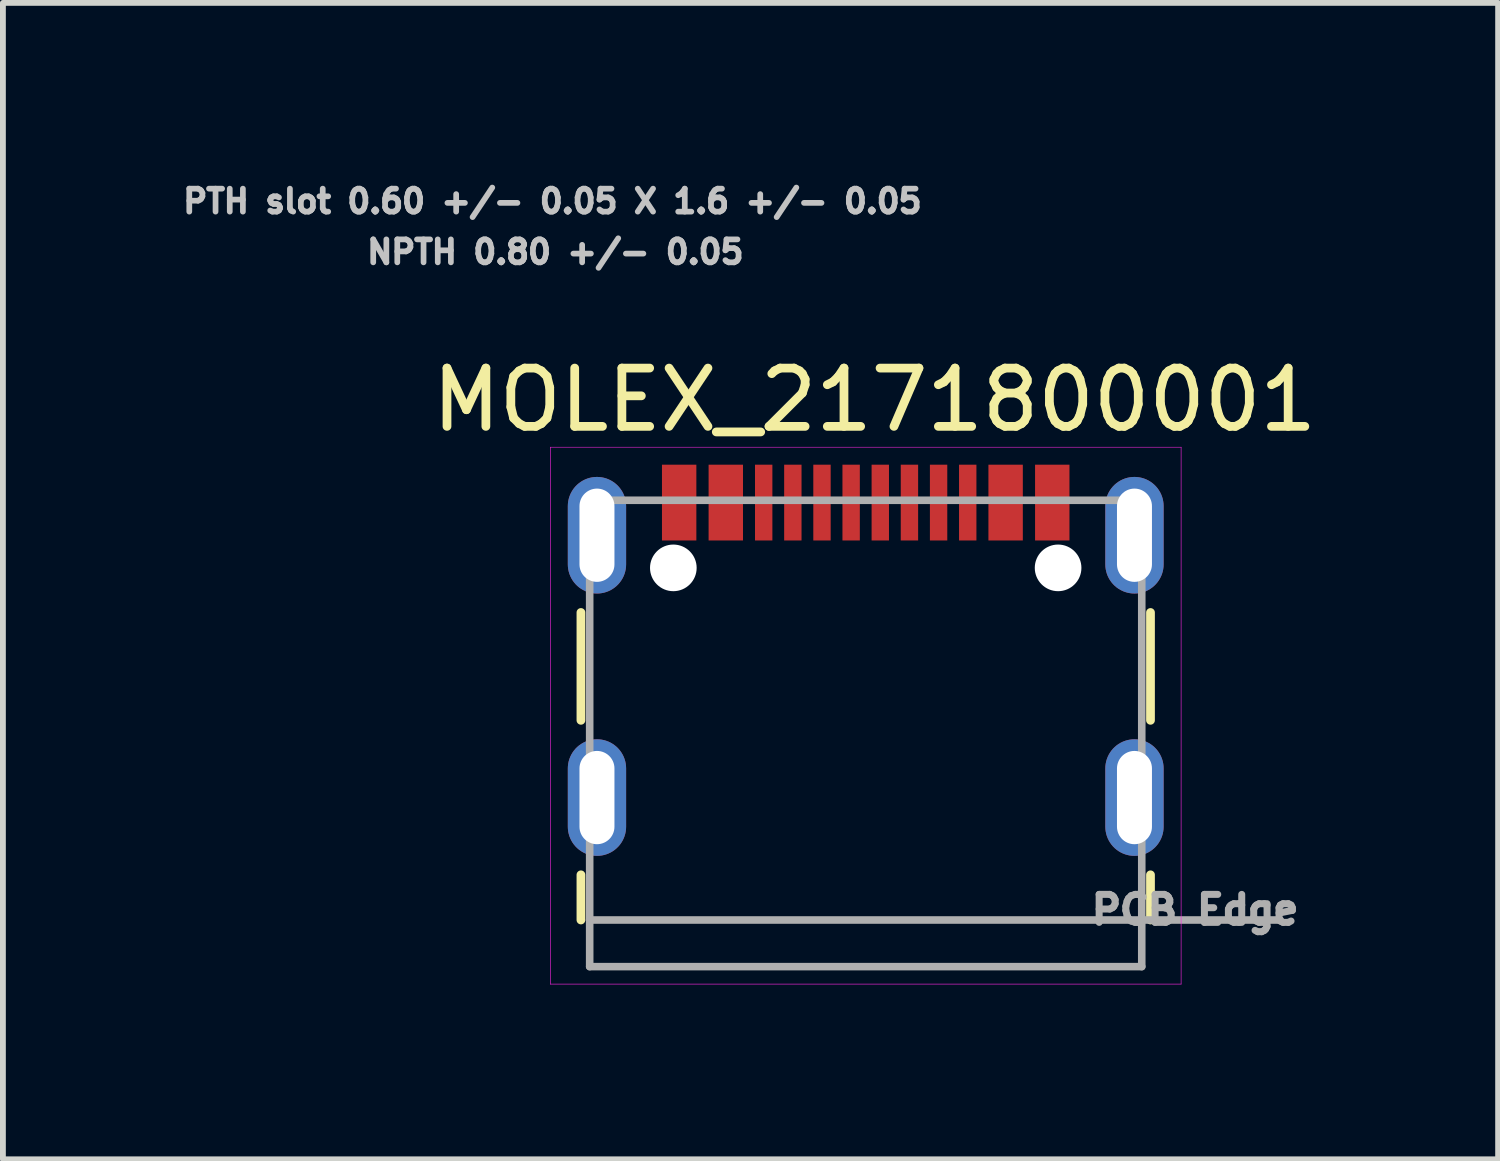
<source format=kicad_pcb>
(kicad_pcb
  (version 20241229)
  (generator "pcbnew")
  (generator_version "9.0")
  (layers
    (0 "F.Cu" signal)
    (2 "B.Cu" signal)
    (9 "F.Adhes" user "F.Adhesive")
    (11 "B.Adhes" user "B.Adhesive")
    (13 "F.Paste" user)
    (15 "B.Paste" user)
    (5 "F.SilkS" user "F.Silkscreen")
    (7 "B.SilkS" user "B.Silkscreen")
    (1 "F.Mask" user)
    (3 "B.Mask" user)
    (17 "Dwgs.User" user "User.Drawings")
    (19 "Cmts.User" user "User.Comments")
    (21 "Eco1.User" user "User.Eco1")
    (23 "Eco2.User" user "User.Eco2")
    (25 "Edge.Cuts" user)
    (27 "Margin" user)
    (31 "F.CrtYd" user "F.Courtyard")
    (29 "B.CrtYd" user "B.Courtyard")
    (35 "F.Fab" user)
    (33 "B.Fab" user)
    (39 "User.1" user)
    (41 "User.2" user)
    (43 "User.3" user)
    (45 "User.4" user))
  (footprint "MOLEX_2171800001"
    (layer "F.Cu")
    (at 11.8 12.731)
    (property "Reference" "MOLEX_2171800001" (at 0.151 -8.922 0) (layer "F.SilkS") (effects (font (size 1 1) (thickness 0.15))))
    (attr smd)
    (fp_poly (pts (xy -2.759 -7.873) (xy -2.042 -7.873) (xy -2.042 -6.447) (xy -2.759 -6.447)) (stroke (width 0.01) (type solid)) (fill yes) (layer "F.Mask"))
    (fp_poly (pts (xy -1.962 -7.873) (xy -1.538 -7.873) (xy -1.538 -6.447) (xy -1.962 -6.447)) (stroke (width 0.01) (type solid)) (fill yes) (layer "F.Mask"))
    (fp_poly (pts (xy -1.462 -7.873) (xy -1.038 -7.873) (xy -1.038 -6.447) (xy -1.462 -6.447)) (stroke (width 0.01) (type solid)) (fill yes) (layer "F.Mask"))
    (fp_poly (pts (xy -0.963 -7.873) (xy -0.537 -7.873) (xy -0.537 -6.447) (xy -0.963 -6.447)) (stroke (width 0.01) (type solid)) (fill yes) (layer "F.Mask"))
    (fp_poly (pts (xy -0.463 -7.873) (xy -0.037 -7.873) (xy -0.037 -6.447) (xy -0.463 -6.447)) (stroke (width 0.01) (type solid)) (fill yes) (layer "F.Mask"))
    (fp_poly (pts (xy 0.037 -7.873) (xy 0.463 -7.873) (xy 0.463 -6.447) (xy 0.037 -6.447)) (stroke (width 0.01) (type solid)) (fill yes) (layer "F.Mask"))
    (fp_poly (pts (xy 0.537 -7.873) (xy 0.963 -7.873) (xy 0.963 -6.447) (xy 0.537 -6.447)) (stroke (width 0.01) (type solid)) (fill yes) (layer "F.Mask"))
    (fp_poly (pts (xy 1.038 -7.873) (xy 1.462 -7.873) (xy 1.462 -6.447) (xy 1.038 -6.447)) (stroke (width 0.01) (type solid)) (fill yes) (layer "F.Mask"))
    (fp_poly (pts (xy 1.538 -7.873) (xy 1.962 -7.873) (xy 1.962 -6.447) (xy 1.538 -6.447)) (stroke (width 0.01) (type solid)) (fill yes) (layer "F.Mask"))
    (fp_poly (pts (xy 2.042 -7.873) (xy 2.759 -7.873) (xy 2.759 -6.447) (xy 2.042 -6.447)) (stroke (width 0.01) (type solid)) (fill yes) (layer "F.Mask"))
    (fp_poly (pts (xy -3.558 -7.873) (xy -2.837 -7.873) (xy -2.837 -6.02) (xy -2.838 -5.998) (xy -2.84 -5.975) (xy -2.844 -5.952) (xy -2.849 -5.93) (xy -2.855 -5.908) (xy -2.862 -5.886) (xy -2.87 -5.865) (xy -2.879 -5.844) (xy -2.889 -5.823) (xy -2.9 -5.803) (xy -2.912 -5.784) (xy -2.925 -5.765) (xy -2.939 -5.747) (xy -2.954 -5.73) (xy -2.97 -5.713) (xy -2.987 -5.698) (xy -3.004 -5.683) (xy -3.022 -5.669) (xy -3.041 -5.656) (xy -3.06 -5.644) (xy -3.08 -5.632) (xy -3.1 -5.622) (xy -3.121 -5.613) (xy -3.143 -5.605) (xy -3.165 -5.598) (xy -3.187 -5.592) (xy -3.209 -5.587) (xy -3.232 -5.584) (xy -3.254 -5.581) (xy -3.275 -5.58) (xy -3.305 -5.58) (xy -3.329 -5.581) (xy -3.353 -5.583) (xy -3.377 -5.586) (xy -3.401 -5.59) (xy -3.424 -5.596) (xy -3.447 -5.603) (xy -3.47 -5.611) (xy -3.492 -5.62) (xy -3.514 -5.63) (xy -3.535 -5.642) (xy -3.556 -5.654) (xy -3.575 -5.668) (xy -3.594 -5.683) (xy -3.613 -5.698) (xy -3.63 -5.715) (xy -3.647 -5.732) (xy -3.662 -5.751) (xy -3.677 -5.77) (xy -3.691 -5.789) (xy -3.703 -5.81) (xy -3.715 -5.831) (xy -3.725 -5.853) (xy -3.734 -5.875) (xy -3.742 -5.898) (xy -3.749 -5.921) (xy -3.755 -5.944) (xy -3.759 -5.968) (xy -3.762 -5.992) (xy -3.764 -6.016) (xy -3.765 -6.04) (xy -3.765 -6.055) (xy -3.764 -6.07) (xy -3.764 -6.085) (xy -3.762 -6.1) (xy -3.76 -6.115) (xy -3.758 -6.129) (xy -3.755 -6.144) (xy -3.751 -6.159) (xy -3.747 -6.173) (xy -3.743 -6.187) (xy -3.738 -6.201) (xy -3.733 -6.215) (xy -3.727 -6.229) (xy -3.721 -6.243) (xy -3.715 -6.256) (xy -3.708 -6.269) (xy -3.7 -6.282) (xy -3.692 -6.295) (xy -3.684 -6.307) (xy -3.675 -6.319) (xy -3.666 -6.331) (xy -3.657 -6.343) (xy -3.647 -6.354) (xy -3.637 -6.365) (xy -3.626 -6.375) (xy -3.616 -6.386) (xy -3.604 -6.396) (xy -3.593 -6.405) (xy -3.581 -6.414) (xy -3.569 -6.423) (xy -3.558 -6.43) (xy -3.558 -7.873) (xy -3.558 -7.873)) (stroke (width 0.01) (type solid)) (fill yes) (layer "F.Mask"))
    (fp_poly (pts (xy 3.558 -7.873) (xy 2.837 -7.873) (xy 2.837 -6.02) (xy 2.838 -5.998) (xy 2.84 -5.975) (xy 2.844 -5.952) (xy 2.849 -5.93) (xy 2.855 -5.908) (xy 2.862 -5.886) (xy 2.87 -5.865) (xy 2.879 -5.844) (xy 2.889 -5.823) (xy 2.9 -5.803) (xy 2.912 -5.784) (xy 2.925 -5.765) (xy 2.939 -5.747) (xy 2.954 -5.73) (xy 2.97 -5.713) (xy 2.987 -5.698) (xy 3.004 -5.683) (xy 3.022 -5.669) (xy 3.041 -5.656) (xy 3.06 -5.644) (xy 3.08 -5.632) (xy 3.1 -5.622) (xy 3.121 -5.613) (xy 3.143 -5.605) (xy 3.165 -5.598) (xy 3.187 -5.592) (xy 3.209 -5.587) (xy 3.232 -5.584) (xy 3.254 -5.581) (xy 3.275 -5.58) (xy 3.305 -5.58) (xy 3.329 -5.581) (xy 3.353 -5.583) (xy 3.377 -5.586) (xy 3.401 -5.59) (xy 3.424 -5.596) (xy 3.447 -5.603) (xy 3.47 -5.611) (xy 3.492 -5.62) (xy 3.514 -5.63) (xy 3.535 -5.642) (xy 3.556 -5.654) (xy 3.575 -5.668) (xy 3.594 -5.683) (xy 3.613 -5.698) (xy 3.63 -5.715) (xy 3.647 -5.732) (xy 3.662 -5.751) (xy 3.677 -5.77) (xy 3.691 -5.789) (xy 3.703 -5.81) (xy 3.715 -5.831) (xy 3.725 -5.853) (xy 3.734 -5.875) (xy 3.742 -5.898) (xy 3.749 -5.921) (xy 3.755 -5.944) (xy 3.759 -5.968) (xy 3.762 -5.992) (xy 3.764 -6.016) (xy 3.765 -6.04) (xy 3.765 -6.055) (xy 3.764 -6.07) (xy 3.764 -6.085) (xy 3.762 -6.1) (xy 3.76 -6.115) (xy 3.758 -6.129) (xy 3.755 -6.144) (xy 3.751 -6.159) (xy 3.747 -6.173) (xy 3.743 -6.187) (xy 3.738 -6.201) (xy 3.733 -6.215) (xy 3.727 -6.229) (xy 3.721 -6.243) (xy 3.715 -6.256) (xy 3.708 -6.269) (xy 3.7 -6.282) (xy 3.692 -6.295) (xy 3.684 -6.307) (xy 3.675 -6.319) (xy 3.666 -6.331) (xy 3.657 -6.343) (xy 3.647 -6.354) (xy 3.637 -6.365) (xy 3.626 -6.375) (xy 3.616 -6.386) (xy 3.604 -6.396) (xy 3.593 -6.405) (xy 3.581 -6.414) (xy 3.569 -6.423) (xy 3.558 -6.43) (xy 3.558 -7.873) (xy 3.558 -7.873)) (stroke (width 0.01) (type solid)) (fill yes) (layer "F.Mask"))
    (fp_circle (center -3.3 -6.04) (end -3.068 -6.04) (stroke (width 0.464) (type solid)) (fill no) (layer "B.Mask"))
    (fp_circle (center 3.3 -6.04) (end 3.532 -6.04) (stroke (width 0.464) (type solid)) (fill no) (layer "B.Mask"))
    (fp_line (start -4.885 -3.425) (end -4.885 -5.275) (stroke (width 0.15) (type solid)) (layer "F.SilkS"))
    (fp_line (start -4.885 0) (end -4.885 -0.775) (stroke (width 0.15) (type solid)) (layer "F.SilkS"))
    (fp_line (start 4.885 -5.275) (end 4.885 -3.425) (stroke (width 0.15) (type solid)) (layer "F.SilkS"))
    (fp_line (start 4.885 -0.775) (end 4.885 0) (stroke (width 0.15) (type solid)) (layer "F.SilkS"))
    (fp_line (start -5.41 -8.11) (end 5.41 -8.11) (stroke (width 0.01) (type solid)) (layer "F.CrtYd"))
    (fp_line (start -5.41 1.1) (end -5.41 -8.11) (stroke (width 0.01) (type solid)) (layer "F.CrtYd"))
    (fp_line (start 5.41 -8.11) (end 5.41 1.1) (stroke (width 0.01) (type solid)) (layer "F.CrtYd"))
    (fp_line (start 5.41 1.1) (end -5.41 1.1) (stroke (width 0.01) (type solid)) (layer "F.CrtYd"))
    (fp_line (start -4.735 -7.2) (end 4.735 -7.2) (stroke (width 0.13) (type solid)) (layer "F.Fab"))
    (fp_line (start -4.735 0) (end -4.735 -7.2) (stroke (width 0.13) (type solid)) (layer "F.Fab"))
    (fp_line (start -4.735 0) (end -4.735 0.8) (stroke (width 0.13) (type solid)) (layer "F.Fab"))
    (fp_line (start 4.735 -7.2) (end 4.735 0) (stroke (width 0.13) (type solid)) (layer "F.Fab"))
    (fp_line (start 4.735 0) (end -4.735 0) (stroke (width 0.13) (type solid)) (layer "F.Fab"))
    (fp_line (start 4.735 0) (end 7.11 0) (stroke (width 0.13) (type solid)) (layer "F.Fab"))
    (fp_line (start 4.735 0.8) (end -4.735 0.8) (stroke (width 0.13) (type solid)) (layer "F.Fab"))
    (fp_line (start 4.735 0.8) (end 4.735 0) (stroke (width 0.13) (type solid)) (layer "F.Fab"))
    (fp_text user "PTH slot 0.60 +/- 0.05 X 1.6 +/- 0.05" (at -5.374 -12.328 0) (layer "Dwgs.User") (effects (font (size 0.394 0.394) (thickness 0.098))))
    (fp_text user "NPTH 0.80 +/- 0.05" (at -5.324 -11.458 0) (layer "Dwgs.User") (effects (font (size 0.394 0.394) (thickness 0.098))))
    (fp_text user "PCB Edge" (at 5.65 -0.175 0) (layer "F.Fab") (effects (font (size 0.48 0.48) (thickness 0.12))))
    (pad "" np_thru_hole circle (at -3.3 -6.04) (size 0.8 0.8) (drill 0.8) (layers "*.Cu" "*.Mask"))
    (pad "" np_thru_hole circle (at 3.3 -6.04) (size 0.8 0.8) (drill 0.8) (layers "*.Cu" "*.Mask"))
    (pad "A1B12" smd rect (at -3.2 -7.16) (size 0.59 1.3) (layers "F.Cu" "F.Paste"))
    (pad "A4B9" smd rect (at -2.4 -7.16) (size 0.59 1.3) (layers "F.Cu" "F.Paste"))
    (pad "A5" smd rect (at -1.25 -7.16) (size 0.298 1.3) (layers "F.Cu" "F.Paste"))
    (pad "A6" smd rect (at -0.25 -7.16) (size 0.298 1.3) (layers "F.Cu" "F.Paste"))
    (pad "A7" smd rect (at 0.25 -7.16) (size 0.298 1.3) (layers "F.Cu" "F.Paste"))
    (pad "A8" smd rect (at 1.25 -7.16) (size 0.298 1.3) (layers "F.Cu" "F.Paste"))
    (pad "B1A12" smd rect (at 3.2 -7.16) (size 0.59 1.3) (layers "F.Cu" "F.Paste"))
    (pad "B4A9" smd rect (at 2.4 -7.16) (size 0.59 1.3) (layers "F.Cu" "F.Paste"))
    (pad "B5" smd rect (at 1.75 -7.16) (size 0.298 1.3) (layers "F.Cu" "F.Paste"))
    (pad "B6" smd rect (at 0.75 -7.16) (size 0.298 1.3) (layers "F.Cu" "F.Paste"))
    (pad "B7" smd rect (at -0.75 -7.16) (size 0.298 1.3) (layers "F.Cu" "F.Paste"))
    (pad "B8" smd rect (at -1.75 -7.16) (size 0.298 1.3) (layers "F.Cu" "F.Paste"))
    (pad "SH1" thru_hole oval (at -4.61 -2.1) (size 1 2) (drill oval 0.6 1.6) (layers "*.Cu" "*.Mask"))
    (pad "SH2" thru_hole oval (at 4.61 -2.1) (size 1 2) (drill oval 0.6 1.6) (layers "*.Cu" "*.Mask"))
    (pad "SH3" thru_hole oval (at -4.61 -6.6) (size 1 2) (drill oval 0.6 1.6) (layers "*.Cu" "*.Mask"))
    (pad "SH4" thru_hole oval (at 4.61 -6.6) (size 1 2) (drill oval 0.6 1.6) (layers "*.Cu" "*.Mask")))
  (gr_rect
    (start -3 -3)
    (end 22.648 16.836)
    (stroke (width 0.1) (type default))
    (fill no)
    (layer "Edge.Cuts")))
</source>
